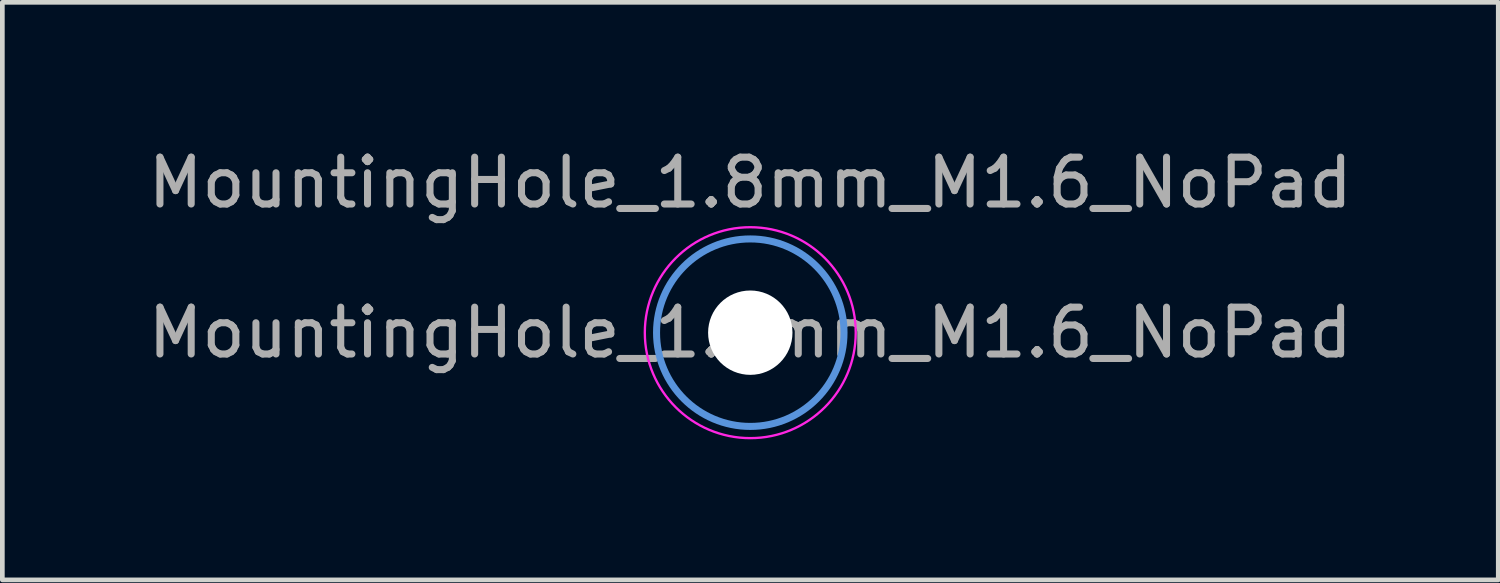
<source format=kicad_pcb>
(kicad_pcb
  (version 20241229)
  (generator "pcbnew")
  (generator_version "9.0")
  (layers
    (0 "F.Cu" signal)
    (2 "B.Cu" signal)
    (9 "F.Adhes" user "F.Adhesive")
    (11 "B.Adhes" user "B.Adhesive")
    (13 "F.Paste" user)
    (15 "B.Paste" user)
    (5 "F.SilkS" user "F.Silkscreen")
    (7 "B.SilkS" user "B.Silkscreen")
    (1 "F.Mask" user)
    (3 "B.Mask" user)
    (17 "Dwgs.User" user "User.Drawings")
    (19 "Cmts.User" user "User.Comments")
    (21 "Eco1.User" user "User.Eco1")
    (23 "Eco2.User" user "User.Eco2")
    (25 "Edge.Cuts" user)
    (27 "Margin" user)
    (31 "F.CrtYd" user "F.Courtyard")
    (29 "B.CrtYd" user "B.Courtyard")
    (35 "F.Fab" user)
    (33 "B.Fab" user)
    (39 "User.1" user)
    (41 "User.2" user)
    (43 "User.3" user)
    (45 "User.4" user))
  (footprint "MountingHole_1.8mm_M1.6_NoPad"
    (layer "F.Cu")
    (at 12.958 4.048)
    (property "Reference" "MountingHole_1.8mm_M1.6_NoPad" (at 0 -3.2 0) (layer "F.Fab") (effects (font (size 1 1) (thickness 0.15))))
    (attr exclude_from_pos_files exclude_from_bom)
    (fp_circle (center 0 0) (end 2 0) (stroke (width 0.15) (type solid)) (fill no) (layer "Cmts.User"))
    (fp_circle (center 0 0) (end 2.25 0) (stroke (width 0.05) (type solid)) (fill no) (layer "F.CrtYd"))
    (fp_text user "${REFERENCE}" (at 0 0 0) (layer "F.Fab") (effects (font (size 1 1) (thickness 0.15))))
    (pad "" np_thru_hole circle (at 0 0) (size 1.8 1.8) (drill 1.8) (layers "*.Cu" "*.Mask")))
  (gr_rect
    (start -3 -3)
    (end 28.917 9.323)
    (stroke (width 0.1) (type default))
    (fill no)
    (layer "Edge.Cuts")))
</source>
